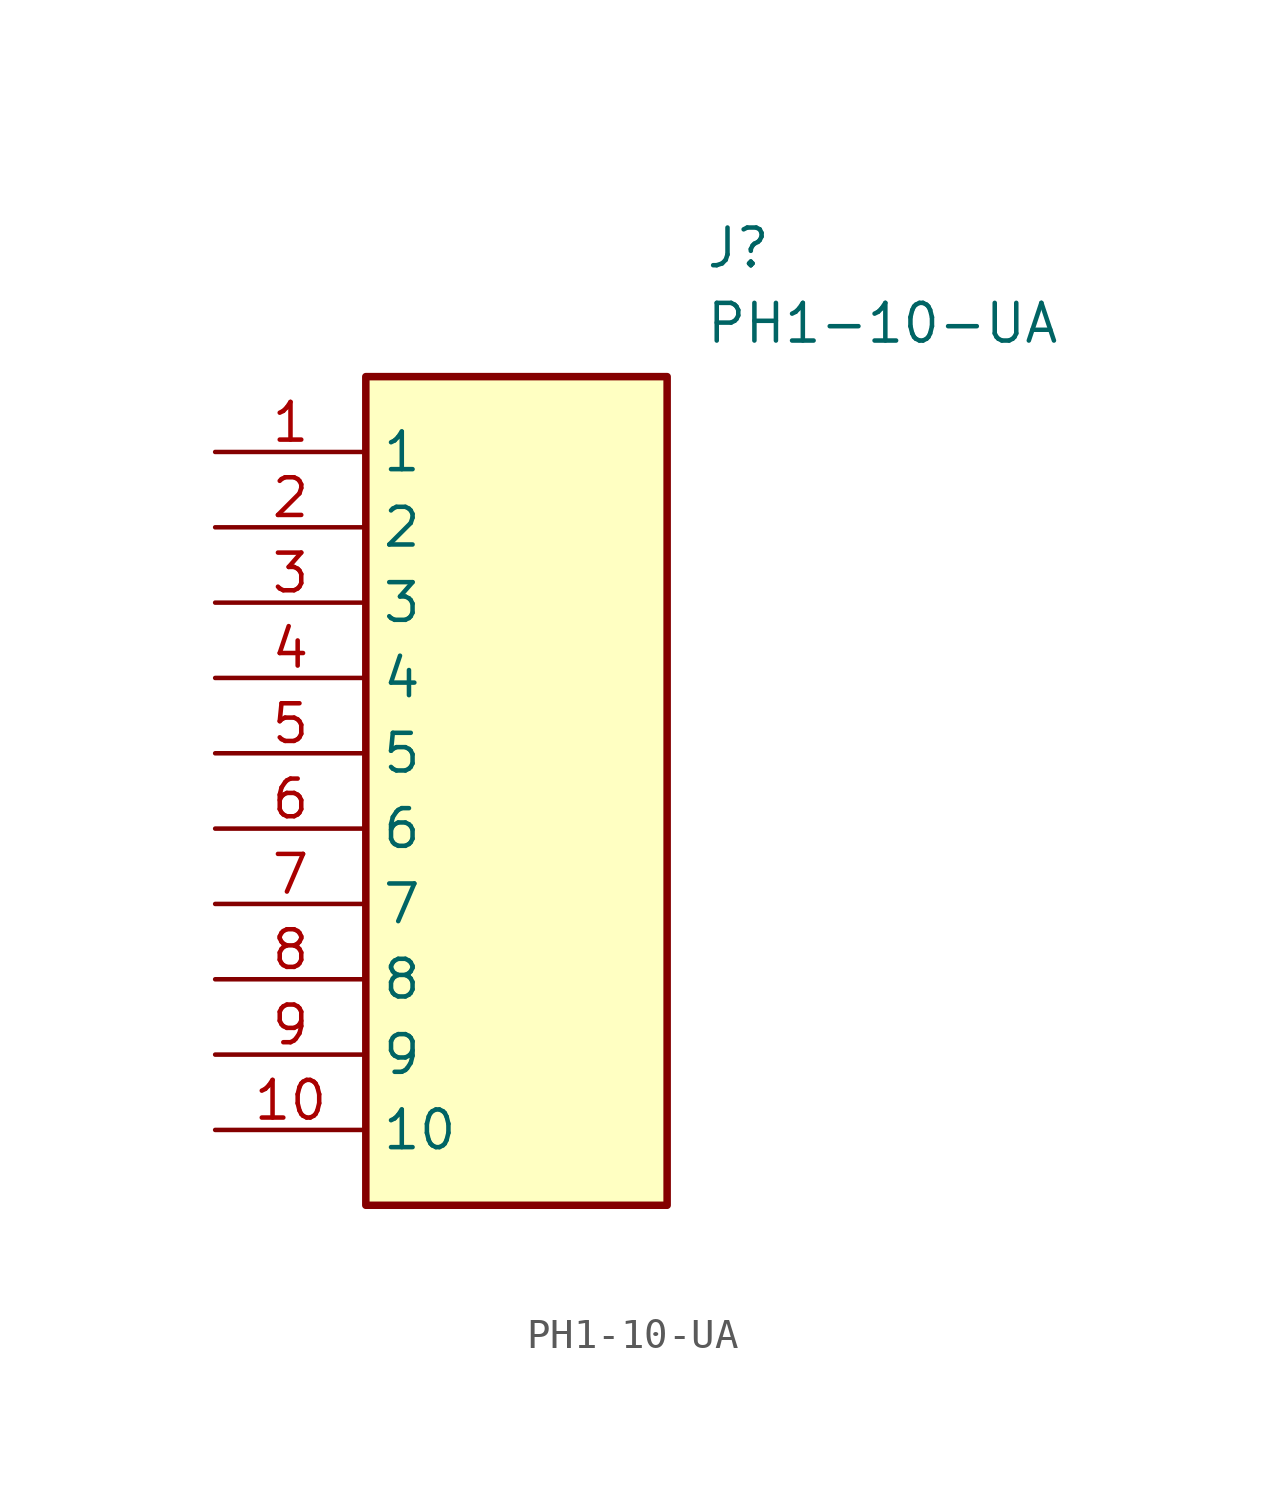
<source format=kicad_sym>
(kicad_symbol_lib
  (version 20211014)
  (generator SamacSys_ECAD_Model)
  (symbol "PH1-10-UA"
    (property "Reference" "J"
      (at 16.51 7.62 0)
      (effects (font (size 1.27 1.27)) (justify left top)))
    (property "Value" "PH1-10-UA"
      (at 16.51 5.08 0)
      (effects (font (size 1.27 1.27)) (justify left top)))
    (rectangle
      (start 5.08 2.54)
      (end 15.24 -25.4)
      (stroke (width 0.254) (type default))
      (fill (type background)))
    (pin passive line
      (at 0 0 0)
      (length 5.08)
      (name "1" (effects (font (size 1.27 1.27))))
      (number "1" (effects (font (size 1.27 1.27)))))
    (pin passive line
      (at 0 -2.54 0)
      (length 5.08)
      (name "2" (effects (font (size 1.27 1.27))))
      (number "2" (effects (font (size 1.27 1.27)))))
    (pin passive line
      (at 0 -5.08 0)
      (length 5.08)
      (name "3" (effects (font (size 1.27 1.27))))
      (number "3" (effects (font (size 1.27 1.27)))))
    (pin passive line
      (at 0 -7.62 0)
      (length 5.08)
      (name "4" (effects (font (size 1.27 1.27))))
      (number "4" (effects (font (size 1.27 1.27)))))
    (pin passive line
      (at 0 -10.16 0)
      (length 5.08)
      (name "5" (effects (font (size 1.27 1.27))))
      (number "5" (effects (font (size 1.27 1.27)))))
    (pin passive line
      (at 0 -12.7 0)
      (length 5.08)
      (name "6" (effects (font (size 1.27 1.27))))
      (number "6" (effects (font (size 1.27 1.27)))))
    (pin passive line
      (at 0 -15.24 0)
      (length 5.08)
      (name "7" (effects (font (size 1.27 1.27))))
      (number "7" (effects (font (size 1.27 1.27)))))
    (pin passive line
      (at 0 -17.78 0)
      (length 5.08)
      (name "8" (effects (font (size 1.27 1.27))))
      (number "8" (effects (font (size 1.27 1.27)))))
    (pin passive line
      (at 0 -20.32 0)
      (length 5.08)
      (name "9" (effects (font (size 1.27 1.27))))
      (number "9" (effects (font (size 1.27 1.27)))))
    (pin passive line
      (at 0 -22.86 0)
      (length 5.08)
      (name "10" (effects (font (size 1.27 1.27))))
      (number "10" (effects (font (size 1.27 1.27)))))))
</source>
